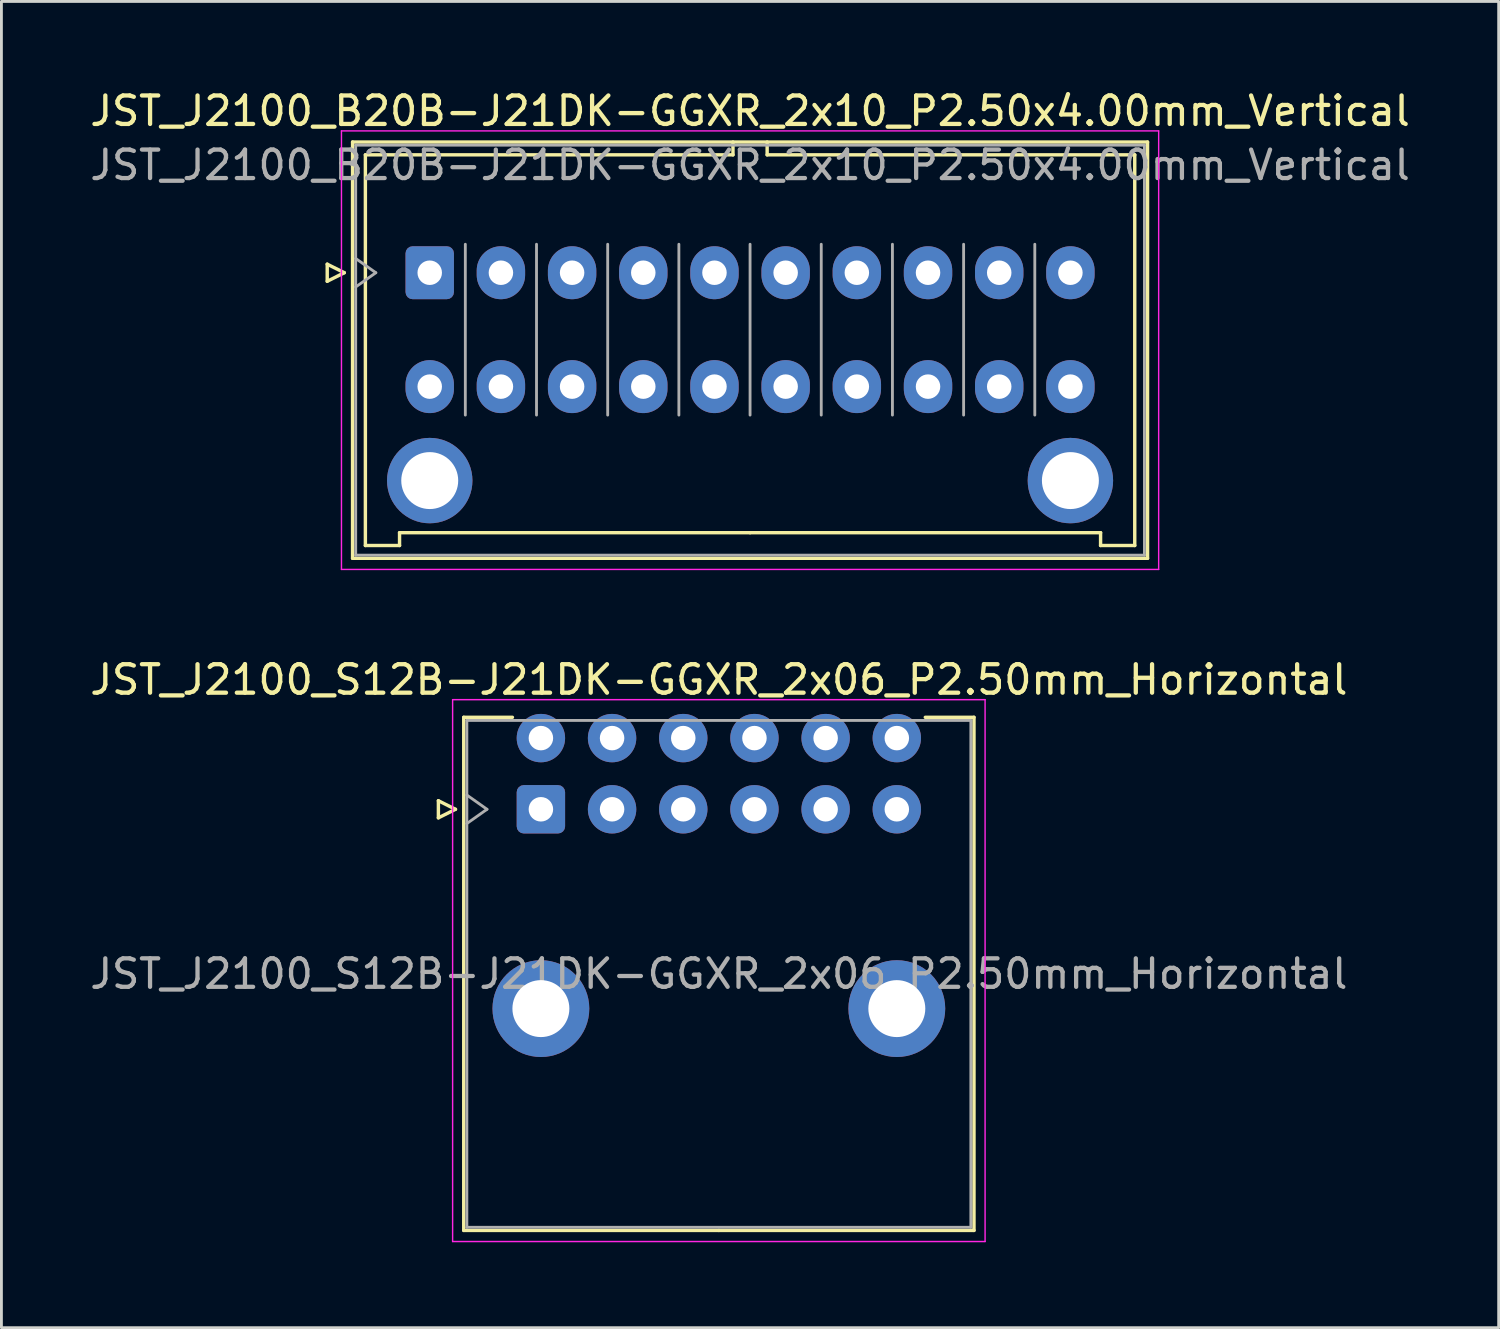
<source format=kicad_pcb>
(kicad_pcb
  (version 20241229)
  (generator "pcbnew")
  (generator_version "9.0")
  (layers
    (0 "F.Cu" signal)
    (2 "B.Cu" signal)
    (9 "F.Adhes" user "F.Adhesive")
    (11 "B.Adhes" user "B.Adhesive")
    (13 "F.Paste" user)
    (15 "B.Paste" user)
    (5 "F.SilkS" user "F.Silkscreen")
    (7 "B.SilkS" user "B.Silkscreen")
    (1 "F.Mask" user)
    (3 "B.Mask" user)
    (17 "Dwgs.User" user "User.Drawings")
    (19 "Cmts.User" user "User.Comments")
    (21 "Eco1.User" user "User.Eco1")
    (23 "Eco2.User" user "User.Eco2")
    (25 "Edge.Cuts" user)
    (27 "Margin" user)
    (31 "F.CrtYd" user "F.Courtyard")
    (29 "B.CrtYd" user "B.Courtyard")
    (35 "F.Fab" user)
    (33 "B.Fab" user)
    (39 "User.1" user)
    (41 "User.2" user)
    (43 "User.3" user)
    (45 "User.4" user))
  (footprint "JST_J2100_S12B-J21DK-GGXR_2x06_P2.50mm_Horizontal"
    (layer "F.Cu")
    (at 15.946 25.372)
    (property "Reference" "JST_J2100_S12B-J21DK-GGXR_2x06_P2.50mm_Horizontal" (at 6.25 -4.55 0) (layer "F.SilkS") (effects (font (size 1 1) (thickness 0.15))))
    (attr through_hole)
    (fp_line (start -3.6 -0.3) (end -3 0) (stroke (width 0.12) (type solid)) (layer "F.SilkS"))
    (fp_line (start -3.6 0.3) (end -3.6 -0.3) (stroke (width 0.12) (type solid)) (layer "F.SilkS"))
    (fp_line (start -3 0) (end -3.6 0.3) (stroke (width 0.12) (type solid)) (layer "F.SilkS"))
    (fp_line (start -2.71 -3.23) (end -2.71 14.79) (stroke (width 0.12) (type solid)) (layer "F.SilkS"))
    (fp_line (start -2.71 14.79) (end 6.25 14.79) (stroke (width 0.12) (type solid)) (layer "F.SilkS"))
    (fp_line (start -1 -3.23) (end -2.71 -3.23) (stroke (width 0.12) (type solid)) (layer "F.SilkS"))
    (fp_line (start 13.5 -3.23) (end 15.21 -3.23) (stroke (width 0.12) (type solid)) (layer "F.SilkS"))
    (fp_line (start 15.21 -3.23) (end 15.21 14.79) (stroke (width 0.12) (type solid)) (layer "F.SilkS"))
    (fp_line (start 15.21 14.79) (end 6.25 14.79) (stroke (width 0.12) (type solid)) (layer "F.SilkS"))
    (fp_line (start -3.1 -3.85) (end -3.1 15.18) (stroke (width 0.05) (type solid)) (layer "F.CrtYd"))
    (fp_line (start -3.1 15.18) (end 15.6 15.18) (stroke (width 0.05) (type solid)) (layer "F.CrtYd"))
    (fp_line (start 15.6 -3.85) (end -3.1 -3.85) (stroke (width 0.05) (type solid)) (layer "F.CrtYd"))
    (fp_line (start 15.6 15.18) (end 15.6 -3.85) (stroke (width 0.05) (type solid)) (layer "F.CrtYd"))
    (fp_line (start -2.6 -3.12) (end -2.6 14.68) (stroke (width 0.1) (type solid)) (layer "F.Fab"))
    (fp_line (start -2.6 0.5) (end -1.893 0) (stroke (width 0.1) (type solid)) (layer "F.Fab"))
    (fp_line (start -2.6 14.68) (end 15.1 14.68) (stroke (width 0.1) (type solid)) (layer "F.Fab"))
    (fp_line (start -1.893 0) (end -2.6 -0.5) (stroke (width 0.1) (type solid)) (layer "F.Fab"))
    (fp_line (start 15.1 -3.12) (end -2.6 -3.12) (stroke (width 0.1) (type solid)) (layer "F.Fab"))
    (fp_line (start 15.1 14.68) (end 15.1 -3.12) (stroke (width 0.1) (type solid)) (layer "F.Fab"))
    (fp_text user "${REFERENCE}" (at 6.25 5.78 0) (layer "F.Fab") (effects (font (size 1 1) (thickness 0.15))))
    (pad "" thru_hole circle (at 0 7) (size 3.4 3.4) (drill 2) (layers "*.Cu" "*.Mask"))
    (pad "" thru_hole circle (at 12.5 7) (size 3.4 3.4) (drill 2) (layers "*.Cu" "*.Mask"))
    (pad "1" thru_hole roundrect (at 0 0) (size 1.7 1.7) (drill 0.86) (layers "*.Cu" "*.Mask") (roundrect_rratio 0.147))
    (pad "2" thru_hole circle (at 2.5 0) (size 1.7 1.7) (drill 0.86) (layers "*.Cu" "*.Mask"))
    (pad "3" thru_hole circle (at 5 0) (size 1.7 1.7) (drill 0.86) (layers "*.Cu" "*.Mask"))
    (pad "4" thru_hole circle (at 7.5 0) (size 1.7 1.7) (drill 0.86) (layers "*.Cu" "*.Mask"))
    (pad "5" thru_hole circle (at 10 0) (size 1.7 1.7) (drill 0.86) (layers "*.Cu" "*.Mask"))
    (pad "6" thru_hole circle (at 12.5 0) (size 1.7 1.7) (drill 0.86) (layers "*.Cu" "*.Mask"))
    (pad "7" thru_hole circle (at 0 -2.5) (size 1.7 1.7) (drill 0.86) (layers "*.Cu" "*.Mask"))
    (pad "8" thru_hole circle (at 2.5 -2.5) (size 1.7 1.7) (drill 0.86) (layers "*.Cu" "*.Mask"))
    (pad "9" thru_hole circle (at 5 -2.5) (size 1.7 1.7) (drill 0.86) (layers "*.Cu" "*.Mask"))
    (pad "10" thru_hole circle (at 7.5 -2.5) (size 1.7 1.7) (drill 0.86) (layers "*.Cu" "*.Mask"))
    (pad "11" thru_hole circle (at 10 -2.5) (size 1.7 1.7) (drill 0.86) (layers "*.Cu" "*.Mask"))
    (pad "12" thru_hole circle (at 12.5 -2.5) (size 1.7 1.7) (drill 0.86) (layers "*.Cu" "*.Mask")))
  (footprint "JST_J2100_B20B-J21DK-GGXR_2x10_P2.50x4.00mm_Vertical"
    (layer "F.Cu")
    (at 12.042 6.528)
    (property "Reference" "JST_J2100_B20B-J21DK-GGXR_2x10_P2.50x4.00mm_Vertical" (at 11.25 -5.68 0) (layer "F.SilkS") (effects (font (size 1 1) (thickness 0.15))))
    (attr through_hole)
    (fp_line (start -3.6 -0.3) (end -3 0) (stroke (width 0.12) (type solid)) (layer "F.SilkS"))
    (fp_line (start -3.6 0.3) (end -3.6 -0.3) (stroke (width 0.12) (type solid)) (layer "F.SilkS"))
    (fp_line (start -3 0) (end -3.6 0.3) (stroke (width 0.12) (type solid)) (layer "F.SilkS"))
    (fp_line (start -2.71 -4.59) (end -2.71 10.03) (stroke (width 0.12) (type solid)) (layer "F.SilkS"))
    (fp_line (start -2.71 10.03) (end 25.21 10.03) (stroke (width 0.12) (type solid)) (layer "F.SilkS"))
    (fp_line (start -2.26 -4.14) (end -2.26 9.58) (stroke (width 0.12) (type solid)) (layer "F.SilkS"))
    (fp_line (start -2.26 9.58) (end -1.06 9.58) (stroke (width 0.12) (type solid)) (layer "F.SilkS"))
    (fp_line (start -1.06 9.13) (end 11.25 9.13) (stroke (width 0.12) (type solid)) (layer "F.SilkS"))
    (fp_line (start -1.06 9.58) (end -1.06 9.13) (stroke (width 0.12) (type solid)) (layer "F.SilkS"))
    (fp_line (start 10.65 -4.59) (end 10.65 -4.14) (stroke (width 0.12) (type solid)) (layer "F.SilkS"))
    (fp_line (start 10.65 -4.14) (end -2.26 -4.14) (stroke (width 0.12) (type solid)) (layer "F.SilkS"))
    (fp_line (start 11.85 -4.59) (end 11.85 -4.14) (stroke (width 0.12) (type solid)) (layer "F.SilkS"))
    (fp_line (start 11.85 -4.14) (end 24.76 -4.14) (stroke (width 0.12) (type solid)) (layer "F.SilkS"))
    (fp_line (start 23.56 9.13) (end 11.25 9.13) (stroke (width 0.12) (type solid)) (layer "F.SilkS"))
    (fp_line (start 23.56 9.58) (end 23.56 9.13) (stroke (width 0.12) (type solid)) (layer "F.SilkS"))
    (fp_line (start 24.76 -4.14) (end 24.76 9.58) (stroke (width 0.12) (type solid)) (layer "F.SilkS"))
    (fp_line (start 24.76 9.58) (end 23.56 9.58) (stroke (width 0.12) (type solid)) (layer "F.SilkS"))
    (fp_line (start 25.21 -4.59) (end -2.71 -4.59) (stroke (width 0.12) (type solid)) (layer "F.SilkS"))
    (fp_line (start 25.21 10.03) (end 25.21 -4.59) (stroke (width 0.12) (type solid)) (layer "F.SilkS"))
    (fp_line (start -3.1 -4.98) (end -3.1 10.42) (stroke (width 0.05) (type solid)) (layer "F.CrtYd"))
    (fp_line (start -3.1 10.42) (end 25.6 10.42) (stroke (width 0.05) (type solid)) (layer "F.CrtYd"))
    (fp_line (start 25.6 -4.98) (end -3.1 -4.98) (stroke (width 0.05) (type solid)) (layer "F.CrtYd"))
    (fp_line (start 25.6 10.42) (end 25.6 -4.98) (stroke (width 0.05) (type solid)) (layer "F.CrtYd"))
    (fp_line (start -2.6 -4.48) (end -2.6 9.92) (stroke (width 0.1) (type solid)) (layer "F.Fab"))
    (fp_line (start -2.6 0.5) (end -1.893 0) (stroke (width 0.1) (type solid)) (layer "F.Fab"))
    (fp_line (start -2.6 9.92) (end 25.1 9.92) (stroke (width 0.1) (type solid)) (layer "F.Fab"))
    (fp_line (start -1.893 0) (end -2.6 -0.5) (stroke (width 0.1) (type solid)) (layer "F.Fab"))
    (fp_line (start 1.25 5) (end 1.25 -1) (stroke (width 0.1) (type solid)) (layer "F.Fab"))
    (fp_line (start 3.75 5) (end 3.75 -1) (stroke (width 0.1) (type solid)) (layer "F.Fab"))
    (fp_line (start 6.25 5) (end 6.25 -1) (stroke (width 0.1) (type solid)) (layer "F.Fab"))
    (fp_line (start 8.75 5) (end 8.75 -1) (stroke (width 0.1) (type solid)) (layer "F.Fab"))
    (fp_line (start 11.25 5) (end 11.25 -1) (stroke (width 0.1) (type solid)) (layer "F.Fab"))
    (fp_line (start 13.75 5) (end 13.75 -1) (stroke (width 0.1) (type solid)) (layer "F.Fab"))
    (fp_line (start 16.25 5) (end 16.25 -1) (stroke (width 0.1) (type solid)) (layer "F.Fab"))
    (fp_line (start 18.75 5) (end 18.75 -1) (stroke (width 0.1) (type solid)) (layer "F.Fab"))
    (fp_line (start 21.25 5) (end 21.25 -1) (stroke (width 0.1) (type solid)) (layer "F.Fab"))
    (fp_line (start 25.1 -4.48) (end -2.6 -4.48) (stroke (width 0.1) (type solid)) (layer "F.Fab"))
    (fp_line (start 25.1 9.92) (end 25.1 -4.48) (stroke (width 0.1) (type solid)) (layer "F.Fab"))
    (fp_text user "${REFERENCE}" (at 11.25 -3.78 0) (layer "F.Fab") (effects (font (size 1 1) (thickness 0.15))))
    (pad "" thru_hole circle (at 0 7.3) (size 3 3) (drill 2) (layers "*.Cu" "*.Mask"))
    (pad "" thru_hole circle (at 22.5 7.3) (size 3 3) (drill 2) (layers "*.Cu" "*.Mask"))
    (pad "1" thru_hole roundrect (at 0 0) (size 1.7 1.86) (drill 0.86) (layers "*.Cu" "*.Mask") (roundrect_rratio 0.147))
    (pad "2" thru_hole oval (at 2.5 0) (size 1.7 1.86) (drill 0.86) (layers "*.Cu" "*.Mask"))
    (pad "3" thru_hole oval (at 5 0) (size 1.7 1.86) (drill 0.86) (layers "*.Cu" "*.Mask"))
    (pad "4" thru_hole oval (at 7.5 0) (size 1.7 1.86) (drill 0.86) (layers "*.Cu" "*.Mask"))
    (pad "5" thru_hole oval (at 10 0) (size 1.7 1.86) (drill 0.86) (layers "*.Cu" "*.Mask"))
    (pad "6" thru_hole oval (at 12.5 0) (size 1.7 1.86) (drill 0.86) (layers "*.Cu" "*.Mask"))
    (pad "7" thru_hole oval (at 15 0) (size 1.7 1.86) (drill 0.86) (layers "*.Cu" "*.Mask"))
    (pad "8" thru_hole oval (at 17.5 0) (size 1.7 1.86) (drill 0.86) (layers "*.Cu" "*.Mask"))
    (pad "9" thru_hole oval (at 20 0) (size 1.7 1.86) (drill 0.86) (layers "*.Cu" "*.Mask"))
    (pad "10" thru_hole oval (at 22.5 0) (size 1.7 1.86) (drill 0.86) (layers "*.Cu" "*.Mask"))
    (pad "11" thru_hole oval (at 0 4) (size 1.7 1.86) (drill 0.86) (layers "*.Cu" "*.Mask"))
    (pad "12" thru_hole oval (at 2.5 4) (size 1.7 1.86) (drill 0.86) (layers "*.Cu" "*.Mask"))
    (pad "13" thru_hole oval (at 5 4) (size 1.7 1.86) (drill 0.86) (layers "*.Cu" "*.Mask"))
    (pad "14" thru_hole oval (at 7.5 4) (size 1.7 1.86) (drill 0.86) (layers "*.Cu" "*.Mask"))
    (pad "15" thru_hole oval (at 10 4) (size 1.7 1.86) (drill 0.86) (layers "*.Cu" "*.Mask"))
    (pad "16" thru_hole oval (at 12.5 4) (size 1.7 1.86) (drill 0.86) (layers "*.Cu" "*.Mask"))
    (pad "17" thru_hole oval (at 15 4) (size 1.7 1.86) (drill 0.86) (layers "*.Cu" "*.Mask"))
    (pad "18" thru_hole oval (at 17.5 4) (size 1.7 1.86) (drill 0.86) (layers "*.Cu" "*.Mask"))
    (pad "19" thru_hole oval (at 20 4) (size 1.7 1.86) (drill 0.86) (layers "*.Cu" "*.Mask"))
    (pad "20" thru_hole oval (at 22.5 4) (size 1.7 1.86) (drill 0.86) (layers "*.Cu" "*.Mask")))
  (gr_rect
    (start -3 -3)
    (end 49.583 43.577)
    (stroke (width 0.1) (type default))
    (fill no)
    (layer "Edge.Cuts")))
</source>
